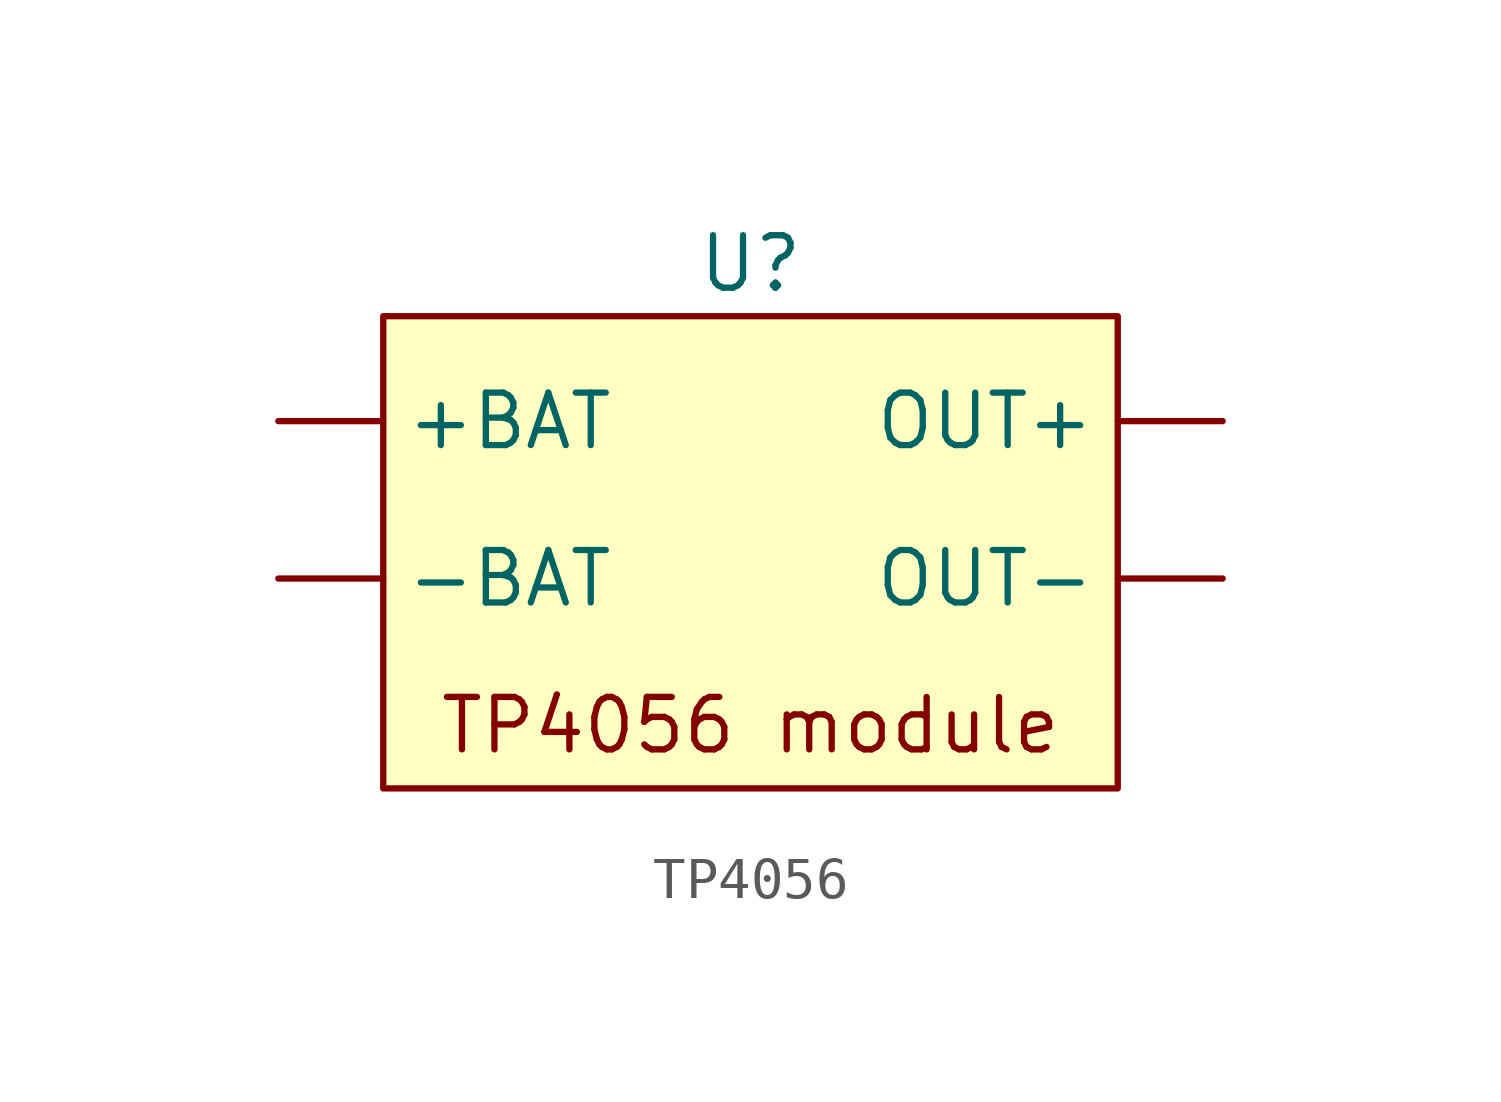
<source format=kicad_sym>
(kicad_symbol_lib
  (version 20231120)
  (generator "kicad_symbol_editor")
  (generator_version "8.0")
  (symbol "TP4056"
    (property "Reference" "U"
      (at 0 1.27 0)
      (effects (font (size 1.27 1.27))))
    (property "Value" ""
      (at 0 0 0)
      (effects (font (size 1.27 1.27))))
    (symbol "TP4056_1_1"
      (rectangle (start -8.89 0) (end 8.89 -11.43) (stroke (width 0) (type default)) (fill (type background)))
      (text "TP4056 module" (at 0 -9.906 0) (effects (font (size 1.27 1.27))))
      (pin power_in line (at -11.43 -2.54 0) (length 2.54) (name "+BAT" (effects (font (size 1.27 1.27)))) (number "" (effects (font (size 1.27 1.27)))))
      (pin power_in line (at -11.43 -6.35 0) (length 2.54) (name "-BAT" (effects (font (size 1.27 1.27)))) (number "" (effects (font (size 1.27 1.27)))))
      (pin power_out line (at 11.43 -2.54 180) (length 2.54) (name "OUT+" (effects (font (size 1.27 1.27)))) (number "" (effects (font (size 1.27 1.27)))))
      (pin power_out line (at 11.43 -6.35 180) (length 2.54) (name "OUT-" (effects (font (size 1.27 1.27)))) (number "" (effects (font (size 1.27 1.27))))))))
</source>
